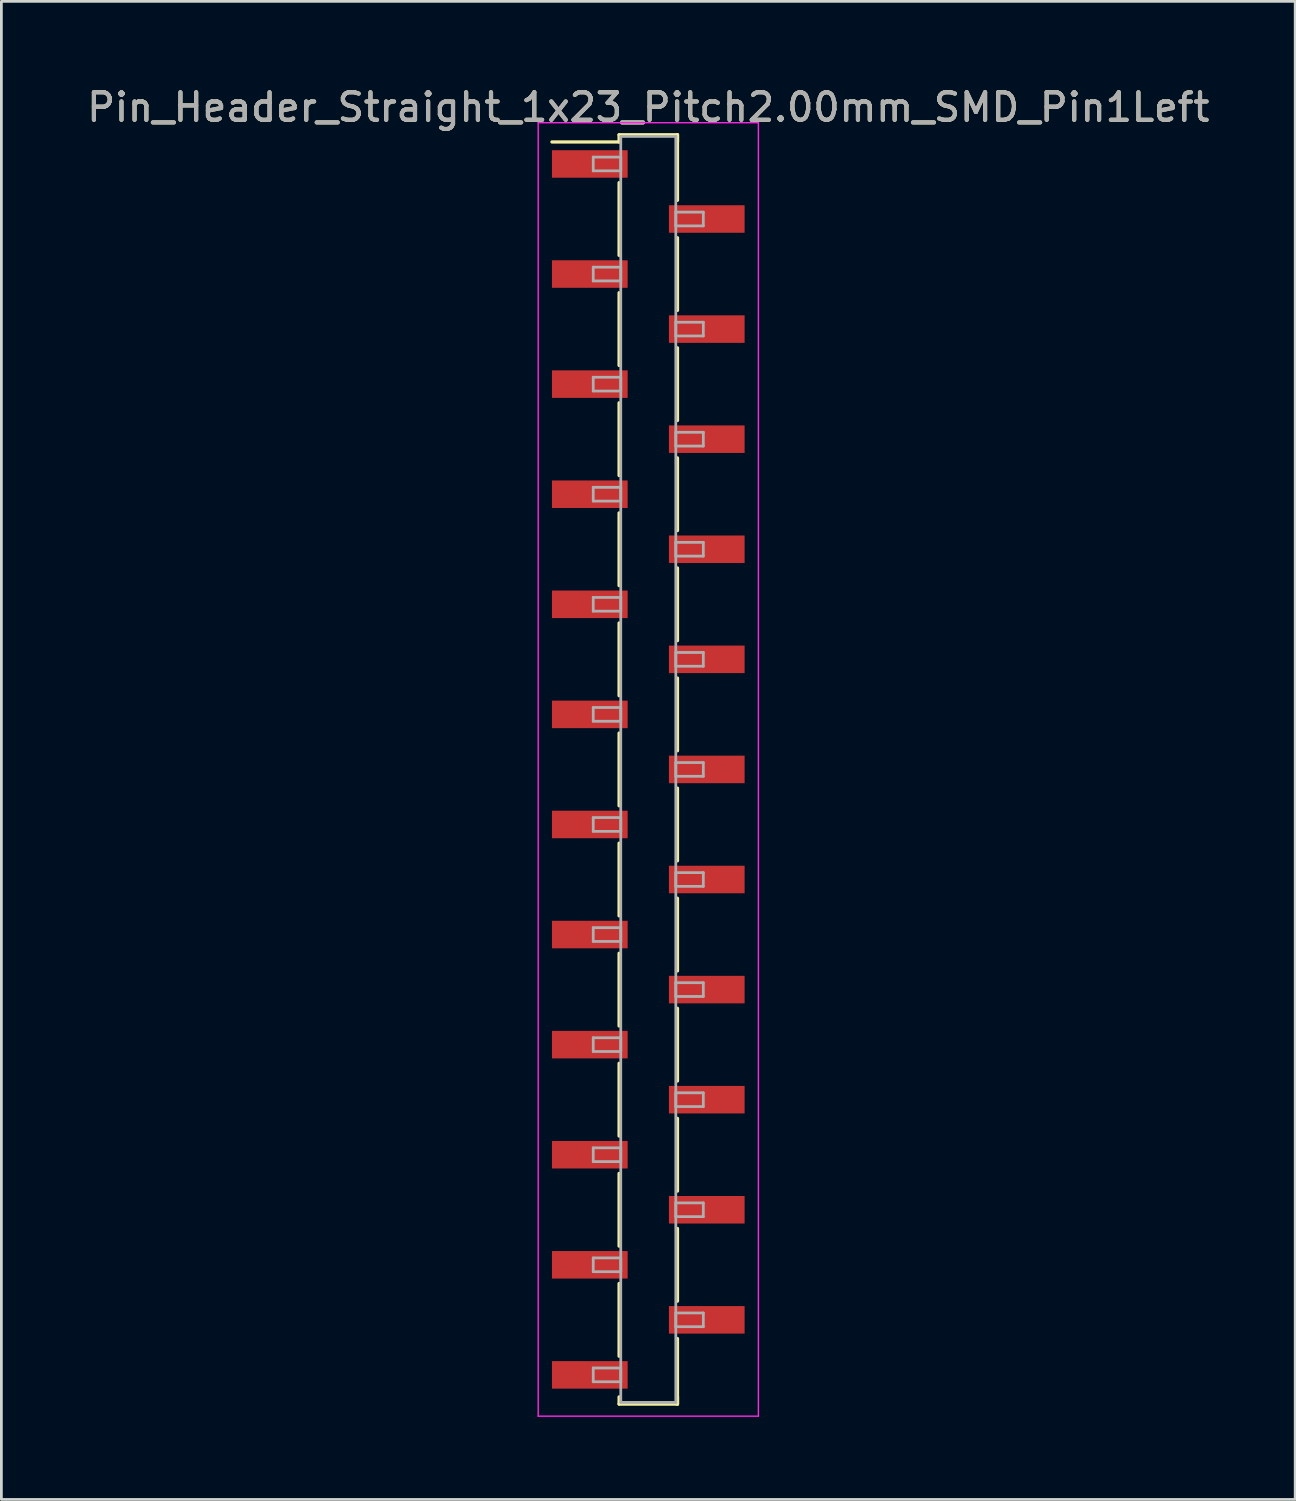
<source format=kicad_pcb>
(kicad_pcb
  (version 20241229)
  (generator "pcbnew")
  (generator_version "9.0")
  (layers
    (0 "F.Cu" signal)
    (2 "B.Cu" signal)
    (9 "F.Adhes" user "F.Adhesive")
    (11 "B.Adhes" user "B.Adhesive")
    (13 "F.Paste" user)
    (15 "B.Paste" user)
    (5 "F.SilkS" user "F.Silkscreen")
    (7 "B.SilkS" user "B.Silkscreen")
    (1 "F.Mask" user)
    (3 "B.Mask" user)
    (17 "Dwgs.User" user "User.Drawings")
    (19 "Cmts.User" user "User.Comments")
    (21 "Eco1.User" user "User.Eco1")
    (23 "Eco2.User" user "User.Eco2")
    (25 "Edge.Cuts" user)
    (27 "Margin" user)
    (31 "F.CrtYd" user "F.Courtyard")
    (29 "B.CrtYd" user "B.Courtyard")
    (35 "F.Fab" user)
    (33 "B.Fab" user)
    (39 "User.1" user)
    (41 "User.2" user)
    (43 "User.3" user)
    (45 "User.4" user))
  (footprint "Pin_Header_Straight_1x23_Pitch2.00mm_SMD_Pin1Left"
    (layer "F.Cu")
    (at 20.506 24.908)
    (property "Reference" "Pin_Header_Straight_1x23_Pitch2.00mm_SMD_Pin1Left" (at 0 -24.06 0) (layer "F.SilkS") (effects (font (size 1 1) (thickness 0.15))))
    (attr smd)
    (fp_line (start -1.06 -23.06) (end 1.06 -23.06) (stroke (width 0.12) (type solid)) (layer "F.SilkS"))
    (fp_line (start -1.06 -22.8) (end -3.5 -22.8) (stroke (width 0.12) (type solid)) (layer "F.SilkS"))
    (fp_line (start -1.06 -22.8) (end -1.06 -23.06) (stroke (width 0.12) (type solid)) (layer "F.SilkS"))
    (fp_line (start -1.06 -21.32) (end -1.06 -18.68) (stroke (width 0.12) (type solid)) (layer "F.SilkS"))
    (fp_line (start -1.06 -17.32) (end -1.06 -14.68) (stroke (width 0.12) (type solid)) (layer "F.SilkS"))
    (fp_line (start -1.06 -13.32) (end -1.06 -10.68) (stroke (width 0.12) (type solid)) (layer "F.SilkS"))
    (fp_line (start -1.06 -9.32) (end -1.06 -6.68) (stroke (width 0.12) (type solid)) (layer "F.SilkS"))
    (fp_line (start -1.06 -5.32) (end -1.06 -2.68) (stroke (width 0.12) (type solid)) (layer "F.SilkS"))
    (fp_line (start -1.06 -1.32) (end -1.06 1.32) (stroke (width 0.12) (type solid)) (layer "F.SilkS"))
    (fp_line (start -1.06 2.68) (end -1.06 5.32) (stroke (width 0.12) (type solid)) (layer "F.SilkS"))
    (fp_line (start -1.06 6.68) (end -1.06 9.32) (stroke (width 0.12) (type solid)) (layer "F.SilkS"))
    (fp_line (start -1.06 10.68) (end -1.06 13.32) (stroke (width 0.12) (type solid)) (layer "F.SilkS"))
    (fp_line (start -1.06 14.68) (end -1.06 17.32) (stroke (width 0.12) (type solid)) (layer "F.SilkS"))
    (fp_line (start -1.06 18.68) (end -1.06 21.32) (stroke (width 0.12) (type solid)) (layer "F.SilkS"))
    (fp_line (start -1.06 22.8) (end -1.06 23.06) (stroke (width 0.12) (type solid)) (layer "F.SilkS"))
    (fp_line (start -1.06 23.06) (end 1.06 23.06) (stroke (width 0.12) (type solid)) (layer "F.SilkS"))
    (fp_line (start 1.06 -23.06) (end 1.06 -22.8) (stroke (width 0.12) (type solid)) (layer "F.SilkS"))
    (fp_line (start 1.06 -23.06) (end 1.06 -20.68) (stroke (width 0.12) (type solid)) (layer "F.SilkS"))
    (fp_line (start 1.06 -19.32) (end 1.06 -16.68) (stroke (width 0.12) (type solid)) (layer "F.SilkS"))
    (fp_line (start 1.06 -15.32) (end 1.06 -12.68) (stroke (width 0.12) (type solid)) (layer "F.SilkS"))
    (fp_line (start 1.06 -11.32) (end 1.06 -8.68) (stroke (width 0.12) (type solid)) (layer "F.SilkS"))
    (fp_line (start 1.06 -7.32) (end 1.06 -4.68) (stroke (width 0.12) (type solid)) (layer "F.SilkS"))
    (fp_line (start 1.06 -3.32) (end 1.06 -0.68) (stroke (width 0.12) (type solid)) (layer "F.SilkS"))
    (fp_line (start 1.06 0.68) (end 1.06 3.32) (stroke (width 0.12) (type solid)) (layer "F.SilkS"))
    (fp_line (start 1.06 4.68) (end 1.06 7.32) (stroke (width 0.12) (type solid)) (layer "F.SilkS"))
    (fp_line (start 1.06 8.68) (end 1.06 11.32) (stroke (width 0.12) (type solid)) (layer "F.SilkS"))
    (fp_line (start 1.06 12.68) (end 1.06 15.32) (stroke (width 0.12) (type solid)) (layer "F.SilkS"))
    (fp_line (start 1.06 16.68) (end 1.06 19.32) (stroke (width 0.12) (type solid)) (layer "F.SilkS"))
    (fp_line (start 1.06 20.68) (end 1.06 23.06) (stroke (width 0.12) (type solid)) (layer "F.SilkS"))
    (fp_line (start 1.06 23.06) (end 1.06 22.8) (stroke (width 0.12) (type solid)) (layer "F.SilkS"))
    (fp_line (start -4 -23.5) (end -4 23.5) (stroke (width 0.05) (type solid)) (layer "F.CrtYd"))
    (fp_line (start -4 23.5) (end 4 23.5) (stroke (width 0.05) (type solid)) (layer "F.CrtYd"))
    (fp_line (start 4 -23.5) (end -4 -23.5) (stroke (width 0.05) (type solid)) (layer "F.CrtYd"))
    (fp_line (start 4 23.5) (end 4 -23.5) (stroke (width 0.05) (type solid)) (layer "F.CrtYd"))
    (fp_line (start -2 -22.25) (end -1 -22.25) (stroke (width 0.1) (type solid)) (layer "F.Fab"))
    (fp_line (start -2 -21.75) (end -2 -22.25) (stroke (width 0.1) (type solid)) (layer "F.Fab"))
    (fp_line (start -2 -18.25) (end -1 -18.25) (stroke (width 0.1) (type solid)) (layer "F.Fab"))
    (fp_line (start -2 -17.75) (end -2 -18.25) (stroke (width 0.1) (type solid)) (layer "F.Fab"))
    (fp_line (start -2 -14.25) (end -1 -14.25) (stroke (width 0.1) (type solid)) (layer "F.Fab"))
    (fp_line (start -2 -13.75) (end -2 -14.25) (stroke (width 0.1) (type solid)) (layer "F.Fab"))
    (fp_line (start -2 -10.25) (end -1 -10.25) (stroke (width 0.1) (type solid)) (layer "F.Fab"))
    (fp_line (start -2 -9.75) (end -2 -10.25) (stroke (width 0.1) (type solid)) (layer "F.Fab"))
    (fp_line (start -2 -6.25) (end -1 -6.25) (stroke (width 0.1) (type solid)) (layer "F.Fab"))
    (fp_line (start -2 -5.75) (end -2 -6.25) (stroke (width 0.1) (type solid)) (layer "F.Fab"))
    (fp_line (start -2 -2.25) (end -1 -2.25) (stroke (width 0.1) (type solid)) (layer "F.Fab"))
    (fp_line (start -2 -1.75) (end -2 -2.25) (stroke (width 0.1) (type solid)) (layer "F.Fab"))
    (fp_line (start -2 1.75) (end -1 1.75) (stroke (width 0.1) (type solid)) (layer "F.Fab"))
    (fp_line (start -2 2.25) (end -2 1.75) (stroke (width 0.1) (type solid)) (layer "F.Fab"))
    (fp_line (start -2 5.75) (end -1 5.75) (stroke (width 0.1) (type solid)) (layer "F.Fab"))
    (fp_line (start -2 6.25) (end -2 5.75) (stroke (width 0.1) (type solid)) (layer "F.Fab"))
    (fp_line (start -2 9.75) (end -1 9.75) (stroke (width 0.1) (type solid)) (layer "F.Fab"))
    (fp_line (start -2 10.25) (end -2 9.75) (stroke (width 0.1) (type solid)) (layer "F.Fab"))
    (fp_line (start -2 13.75) (end -1 13.75) (stroke (width 0.1) (type solid)) (layer "F.Fab"))
    (fp_line (start -2 14.25) (end -2 13.75) (stroke (width 0.1) (type solid)) (layer "F.Fab"))
    (fp_line (start -2 17.75) (end -1 17.75) (stroke (width 0.1) (type solid)) (layer "F.Fab"))
    (fp_line (start -2 18.25) (end -2 17.75) (stroke (width 0.1) (type solid)) (layer "F.Fab"))
    (fp_line (start -2 21.75) (end -1 21.75) (stroke (width 0.1) (type solid)) (layer "F.Fab"))
    (fp_line (start -2 22.25) (end -2 21.75) (stroke (width 0.1) (type solid)) (layer "F.Fab"))
    (fp_line (start -1 -23) (end -1 23) (stroke (width 0.1) (type solid)) (layer "F.Fab"))
    (fp_line (start -1 -22.25) (end -1 -21.75) (stroke (width 0.1) (type solid)) (layer "F.Fab"))
    (fp_line (start -1 -21.75) (end -2 -21.75) (stroke (width 0.1) (type solid)) (layer "F.Fab"))
    (fp_line (start -1 -18.25) (end -1 -17.75) (stroke (width 0.1) (type solid)) (layer "F.Fab"))
    (fp_line (start -1 -17.75) (end -2 -17.75) (stroke (width 0.1) (type solid)) (layer "F.Fab"))
    (fp_line (start -1 -14.25) (end -1 -13.75) (stroke (width 0.1) (type solid)) (layer "F.Fab"))
    (fp_line (start -1 -13.75) (end -2 -13.75) (stroke (width 0.1) (type solid)) (layer "F.Fab"))
    (fp_line (start -1 -10.25) (end -1 -9.75) (stroke (width 0.1) (type solid)) (layer "F.Fab"))
    (fp_line (start -1 -9.75) (end -2 -9.75) (stroke (width 0.1) (type solid)) (layer "F.Fab"))
    (fp_line (start -1 -6.25) (end -1 -5.75) (stroke (width 0.1) (type solid)) (layer "F.Fab"))
    (fp_line (start -1 -5.75) (end -2 -5.75) (stroke (width 0.1) (type solid)) (layer "F.Fab"))
    (fp_line (start -1 -2.25) (end -1 -1.75) (stroke (width 0.1) (type solid)) (layer "F.Fab"))
    (fp_line (start -1 -1.75) (end -2 -1.75) (stroke (width 0.1) (type solid)) (layer "F.Fab"))
    (fp_line (start -1 1.75) (end -1 2.25) (stroke (width 0.1) (type solid)) (layer "F.Fab"))
    (fp_line (start -1 2.25) (end -2 2.25) (stroke (width 0.1) (type solid)) (layer "F.Fab"))
    (fp_line (start -1 5.75) (end -1 6.25) (stroke (width 0.1) (type solid)) (layer "F.Fab"))
    (fp_line (start -1 6.25) (end -2 6.25) (stroke (width 0.1) (type solid)) (layer "F.Fab"))
    (fp_line (start -1 9.75) (end -1 10.25) (stroke (width 0.1) (type solid)) (layer "F.Fab"))
    (fp_line (start -1 10.25) (end -2 10.25) (stroke (width 0.1) (type solid)) (layer "F.Fab"))
    (fp_line (start -1 13.75) (end -1 14.25) (stroke (width 0.1) (type solid)) (layer "F.Fab"))
    (fp_line (start -1 14.25) (end -2 14.25) (stroke (width 0.1) (type solid)) (layer "F.Fab"))
    (fp_line (start -1 17.75) (end -1 18.25) (stroke (width 0.1) (type solid)) (layer "F.Fab"))
    (fp_line (start -1 18.25) (end -2 18.25) (stroke (width 0.1) (type solid)) (layer "F.Fab"))
    (fp_line (start -1 21.75) (end -1 22.25) (stroke (width 0.1) (type solid)) (layer "F.Fab"))
    (fp_line (start -1 22.25) (end -2 22.25) (stroke (width 0.1) (type solid)) (layer "F.Fab"))
    (fp_line (start -1 23) (end 1 23) (stroke (width 0.1) (type solid)) (layer "F.Fab"))
    (fp_line (start 1 -23) (end -1 -23) (stroke (width 0.1) (type solid)) (layer "F.Fab"))
    (fp_line (start 1 -20.25) (end 1 -19.75) (stroke (width 0.1) (type solid)) (layer "F.Fab"))
    (fp_line (start 1 -19.75) (end 2 -19.75) (stroke (width 0.1) (type solid)) (layer "F.Fab"))
    (fp_line (start 1 -16.25) (end 1 -15.75) (stroke (width 0.1) (type solid)) (layer "F.Fab"))
    (fp_line (start 1 -15.75) (end 2 -15.75) (stroke (width 0.1) (type solid)) (layer "F.Fab"))
    (fp_line (start 1 -12.25) (end 1 -11.75) (stroke (width 0.1) (type solid)) (layer "F.Fab"))
    (fp_line (start 1 -11.75) (end 2 -11.75) (stroke (width 0.1) (type solid)) (layer "F.Fab"))
    (fp_line (start 1 -8.25) (end 1 -7.75) (stroke (width 0.1) (type solid)) (layer "F.Fab"))
    (fp_line (start 1 -7.75) (end 2 -7.75) (stroke (width 0.1) (type solid)) (layer "F.Fab"))
    (fp_line (start 1 -4.25) (end 1 -3.75) (stroke (width 0.1) (type solid)) (layer "F.Fab"))
    (fp_line (start 1 -3.75) (end 2 -3.75) (stroke (width 0.1) (type solid)) (layer "F.Fab"))
    (fp_line (start 1 -0.25) (end 1 0.25) (stroke (width 0.1) (type solid)) (layer "F.Fab"))
    (fp_line (start 1 0.25) (end 2 0.25) (stroke (width 0.1) (type solid)) (layer "F.Fab"))
    (fp_line (start 1 3.75) (end 1 4.25) (stroke (width 0.1) (type solid)) (layer "F.Fab"))
    (fp_line (start 1 4.25) (end 2 4.25) (stroke (width 0.1) (type solid)) (layer "F.Fab"))
    (fp_line (start 1 7.75) (end 1 8.25) (stroke (width 0.1) (type solid)) (layer "F.Fab"))
    (fp_line (start 1 8.25) (end 2 8.25) (stroke (width 0.1) (type solid)) (layer "F.Fab"))
    (fp_line (start 1 11.75) (end 1 12.25) (stroke (width 0.1) (type solid)) (layer "F.Fab"))
    (fp_line (start 1 12.25) (end 2 12.25) (stroke (width 0.1) (type solid)) (layer "F.Fab"))
    (fp_line (start 1 15.75) (end 1 16.25) (stroke (width 0.1) (type solid)) (layer "F.Fab"))
    (fp_line (start 1 16.25) (end 2 16.25) (stroke (width 0.1) (type solid)) (layer "F.Fab"))
    (fp_line (start 1 19.75) (end 1 20.25) (stroke (width 0.1) (type solid)) (layer "F.Fab"))
    (fp_line (start 1 20.25) (end 2 20.25) (stroke (width 0.1) (type solid)) (layer "F.Fab"))
    (fp_line (start 1 23) (end 1 -23) (stroke (width 0.1) (type solid)) (layer "F.Fab"))
    (fp_line (start 2 -20.25) (end 1 -20.25) (stroke (width 0.1) (type solid)) (layer "F.Fab"))
    (fp_line (start 2 -19.75) (end 2 -20.25) (stroke (width 0.1) (type solid)) (layer "F.Fab"))
    (fp_line (start 2 -16.25) (end 1 -16.25) (stroke (width 0.1) (type solid)) (layer "F.Fab"))
    (fp_line (start 2 -15.75) (end 2 -16.25) (stroke (width 0.1) (type solid)) (layer "F.Fab"))
    (fp_line (start 2 -12.25) (end 1 -12.25) (stroke (width 0.1) (type solid)) (layer "F.Fab"))
    (fp_line (start 2 -11.75) (end 2 -12.25) (stroke (width 0.1) (type solid)) (layer "F.Fab"))
    (fp_line (start 2 -8.25) (end 1 -8.25) (stroke (width 0.1) (type solid)) (layer "F.Fab"))
    (fp_line (start 2 -7.75) (end 2 -8.25) (stroke (width 0.1) (type solid)) (layer "F.Fab"))
    (fp_line (start 2 -4.25) (end 1 -4.25) (stroke (width 0.1) (type solid)) (layer "F.Fab"))
    (fp_line (start 2 -3.75) (end 2 -4.25) (stroke (width 0.1) (type solid)) (layer "F.Fab"))
    (fp_line (start 2 -0.25) (end 1 -0.25) (stroke (width 0.1) (type solid)) (layer "F.Fab"))
    (fp_line (start 2 0.25) (end 2 -0.25) (stroke (width 0.1) (type solid)) (layer "F.Fab"))
    (fp_line (start 2 3.75) (end 1 3.75) (stroke (width 0.1) (type solid)) (layer "F.Fab"))
    (fp_line (start 2 4.25) (end 2 3.75) (stroke (width 0.1) (type solid)) (layer "F.Fab"))
    (fp_line (start 2 7.75) (end 1 7.75) (stroke (width 0.1) (type solid)) (layer "F.Fab"))
    (fp_line (start 2 8.25) (end 2 7.75) (stroke (width 0.1) (type solid)) (layer "F.Fab"))
    (fp_line (start 2 11.75) (end 1 11.75) (stroke (width 0.1) (type solid)) (layer "F.Fab"))
    (fp_line (start 2 12.25) (end 2 11.75) (stroke (width 0.1) (type solid)) (layer "F.Fab"))
    (fp_line (start 2 15.75) (end 1 15.75) (stroke (width 0.1) (type solid)) (layer "F.Fab"))
    (fp_line (start 2 16.25) (end 2 15.75) (stroke (width 0.1) (type solid)) (layer "F.Fab"))
    (fp_line (start 2 19.75) (end 1 19.75) (stroke (width 0.1) (type solid)) (layer "F.Fab"))
    (fp_line (start 2 20.25) (end 2 19.75) (stroke (width 0.1) (type solid)) (layer "F.Fab"))
    (fp_text user "${REFERENCE}" (at 0 -24.06 0) (layer "F.Fab") (effects (font (size 1 1) (thickness 0.15))))
    (pad "1" smd rect (at -2.125 -22) (size 2.75 1) (layers "F.Cu" "F.Mask" "F.Paste"))
    (pad "2" smd rect (at 2.125 -20) (size 2.75 1) (layers "F.Cu" "F.Mask" "F.Paste"))
    (pad "3" smd rect (at -2.125 -18) (size 2.75 1) (layers "F.Cu" "F.Mask" "F.Paste"))
    (pad "4" smd rect (at 2.125 -16) (size 2.75 1) (layers "F.Cu" "F.Mask" "F.Paste"))
    (pad "5" smd rect (at -2.125 -14) (size 2.75 1) (layers "F.Cu" "F.Mask" "F.Paste"))
    (pad "6" smd rect (at 2.125 -12) (size 2.75 1) (layers "F.Cu" "F.Mask" "F.Paste"))
    (pad "7" smd rect (at -2.125 -10) (size 2.75 1) (layers "F.Cu" "F.Mask" "F.Paste"))
    (pad "8" smd rect (at 2.125 -8) (size 2.75 1) (layers "F.Cu" "F.Mask" "F.Paste"))
    (pad "9" smd rect (at -2.125 -6) (size 2.75 1) (layers "F.Cu" "F.Mask" "F.Paste"))
    (pad "10" smd rect (at 2.125 -4) (size 2.75 1) (layers "F.Cu" "F.Mask" "F.Paste"))
    (pad "11" smd rect (at -2.125 -2) (size 2.75 1) (layers "F.Cu" "F.Mask" "F.Paste"))
    (pad "12" smd rect (at 2.125 0) (size 2.75 1) (layers "F.Cu" "F.Mask" "F.Paste"))
    (pad "13" smd rect (at -2.125 2) (size 2.75 1) (layers "F.Cu" "F.Mask" "F.Paste"))
    (pad "14" smd rect (at 2.125 4) (size 2.75 1) (layers "F.Cu" "F.Mask" "F.Paste"))
    (pad "15" smd rect (at -2.125 6) (size 2.75 1) (layers "F.Cu" "F.Mask" "F.Paste"))
    (pad "16" smd rect (at 2.125 8) (size 2.75 1) (layers "F.Cu" "F.Mask" "F.Paste"))
    (pad "17" smd rect (at -2.125 10) (size 2.75 1) (layers "F.Cu" "F.Mask" "F.Paste"))
    (pad "18" smd rect (at 2.125 12) (size 2.75 1) (layers "F.Cu" "F.Mask" "F.Paste"))
    (pad "19" smd rect (at -2.125 14) (size 2.75 1) (layers "F.Cu" "F.Mask" "F.Paste"))
    (pad "20" smd rect (at 2.125 16) (size 2.75 1) (layers "F.Cu" "F.Mask" "F.Paste"))
    (pad "21" smd rect (at -2.125 18) (size 2.75 1) (layers "F.Cu" "F.Mask" "F.Paste"))
    (pad "22" smd rect (at 2.125 20) (size 2.75 1) (layers "F.Cu" "F.Mask" "F.Paste"))
    (pad "23" smd rect (at -2.125 22) (size 2.75 1) (layers "F.Cu" "F.Mask" "F.Paste")))
  (gr_rect
    (start -3 -3)
    (end 44.012 51.433)
    (stroke (width 0.1) (type default))
    (fill no)
    (layer "Edge.Cuts")))
</source>
